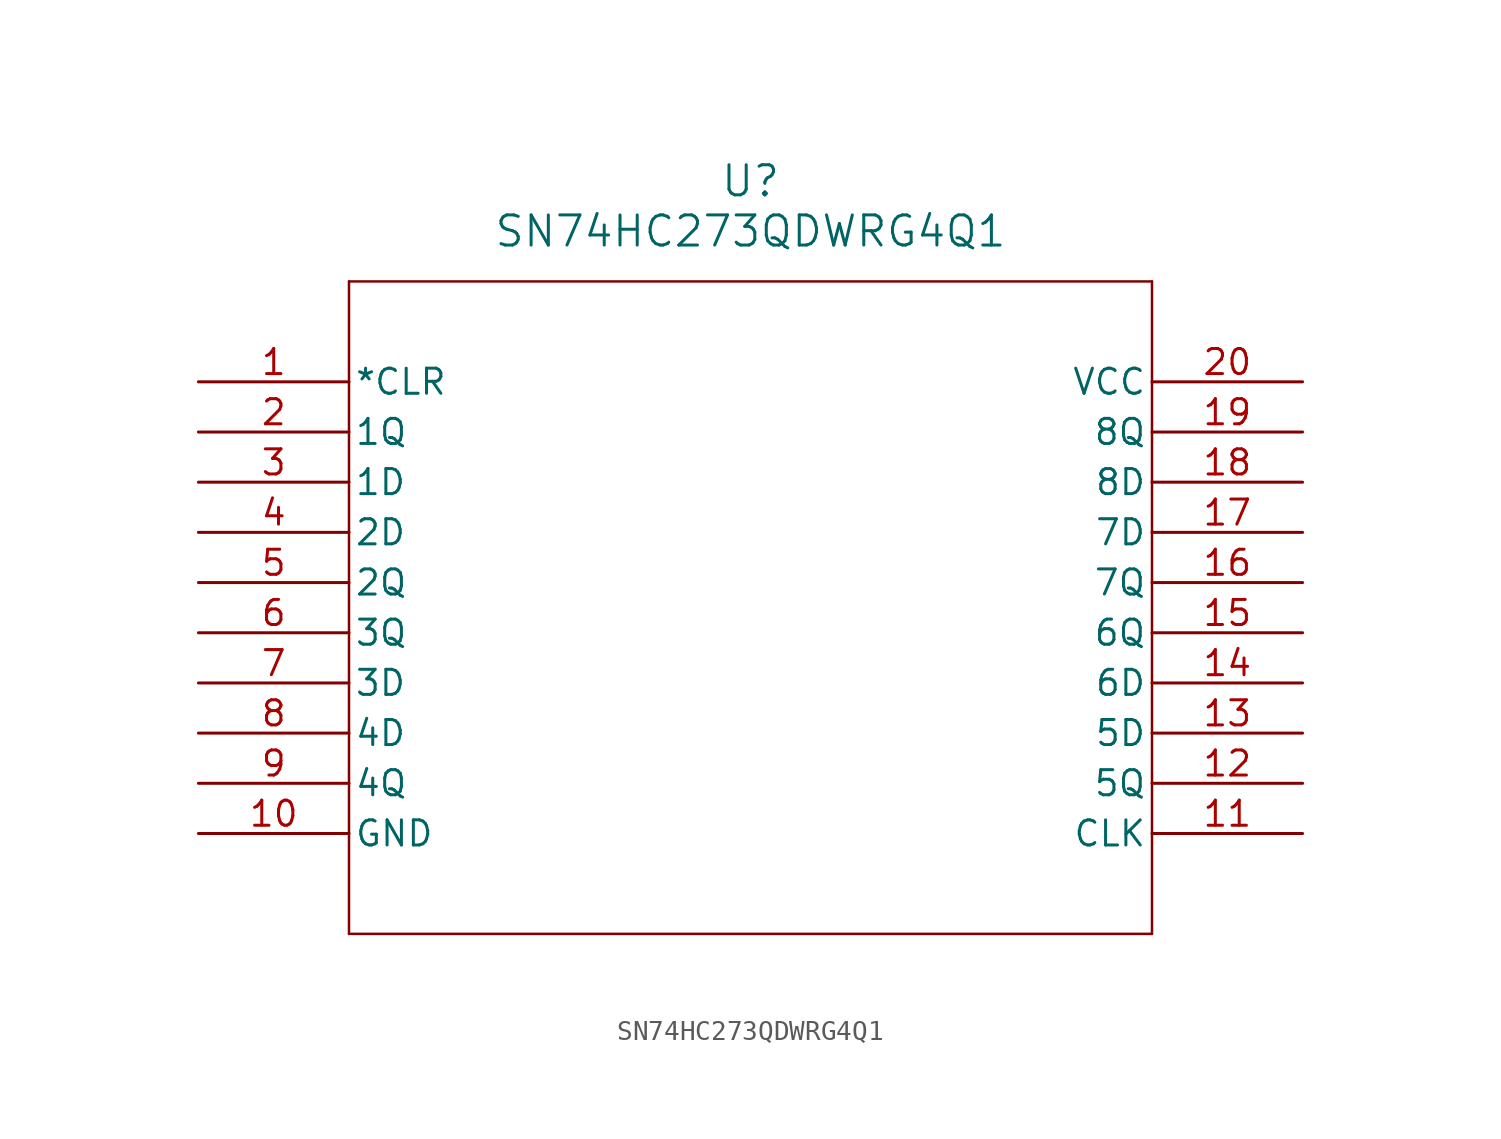
<source format=kicad_sym>
(kicad_symbol_lib
  (version 20211014)
  (generator kicad_symbol_editor)
  (symbol "SN74HC273QDWRG4Q1"
    (pin_names
      (offset 0.254))
    (property "Reference" "U"
      (at 27.94 10.16 0)
      (effects (font (size 1.524 1.524))))
    (property "Value" "SN74HC273QDWRG4Q1"
      (at 27.94 7.62 0)
      (effects (font (size 1.524 1.524))))
    (symbol "SN74HC273QDWRG4Q1_0_1"
      (polyline (pts (xy 7.62 5.08) (xy 7.62 -27.94)) (stroke (width 0.127) (type default) (color 0 0 0 0)) (fill (type none)))
      (polyline (pts (xy 7.62 -27.94) (xy 48.26 -27.94)) (stroke (width 0.127) (type default) (color 0 0 0 0)) (fill (type none)))
      (polyline (pts (xy 48.26 -27.94) (xy 48.26 5.08)) (stroke (width 0.127) (type default) (color 0 0 0 0)) (fill (type none)))
      (polyline (pts (xy 48.26 5.08) (xy 7.62 5.08)) (stroke (width 0.127) (type default) (color 0 0 0 0)) (fill (type none)))
      (pin input line (at 0 0 0) (length 7.62) (name "*CLR" (effects (font (size 1.27 1.27)))) (number "1" (effects (font (size 1.27 1.27)))))
      (pin output line (at 0 -2.54 0) (length 7.62) (name "1Q" (effects (font (size 1.27 1.27)))) (number "2" (effects (font (size 1.27 1.27)))))
      (pin input line (at 0 -5.08 0) (length 7.62) (name "1D" (effects (font (size 1.27 1.27)))) (number "3" (effects (font (size 1.27 1.27)))))
      (pin input line (at 0 -7.62 0) (length 7.62) (name "2D" (effects (font (size 1.27 1.27)))) (number "4" (effects (font (size 1.27 1.27)))))
      (pin output line (at 0 -10.16 0) (length 7.62) (name "2Q" (effects (font (size 1.27 1.27)))) (number "5" (effects (font (size 1.27 1.27)))))
      (pin output line (at 0 -12.7 0) (length 7.62) (name "3Q" (effects (font (size 1.27 1.27)))) (number "6" (effects (font (size 1.27 1.27)))))
      (pin input line (at 0 -15.24 0) (length 7.62) (name "3D" (effects (font (size 1.27 1.27)))) (number "7" (effects (font (size 1.27 1.27)))))
      (pin input line (at 0 -17.78 0) (length 7.62) (name "4D" (effects (font (size 1.27 1.27)))) (number "8" (effects (font (size 1.27 1.27)))))
      (pin output line (at 0 -20.32 0) (length 7.62) (name "4Q" (effects (font (size 1.27 1.27)))) (number "9" (effects (font (size 1.27 1.27)))))
      (pin power_in line (at 0 -22.86 0) (length 7.62) (name "GND" (effects (font (size 1.27 1.27)))) (number "10" (effects (font (size 1.27 1.27)))))
      (pin input line (at 55.88 -22.86 180) (length 7.62) (name "CLK" (effects (font (size 1.27 1.27)))) (number "11" (effects (font (size 1.27 1.27)))))
      (pin output line (at 55.88 -20.32 180) (length 7.62) (name "5Q" (effects (font (size 1.27 1.27)))) (number "12" (effects (font (size 1.27 1.27)))))
      (pin input line (at 55.88 -17.78 180) (length 7.62) (name "5D" (effects (font (size 1.27 1.27)))) (number "13" (effects (font (size 1.27 1.27)))))
      (pin input line (at 55.88 -15.24 180) (length 7.62) (name "6D" (effects (font (size 1.27 1.27)))) (number "14" (effects (font (size 1.27 1.27)))))
      (pin output line (at 55.88 -12.7 180) (length 7.62) (name "6Q" (effects (font (size 1.27 1.27)))) (number "15" (effects (font (size 1.27 1.27)))))
      (pin output line (at 55.88 -10.16 180) (length 7.62) (name "7Q" (effects (font (size 1.27 1.27)))) (number "16" (effects (font (size 1.27 1.27)))))
      (pin input line (at 55.88 -7.62 180) (length 7.62) (name "7D" (effects (font (size 1.27 1.27)))) (number "17" (effects (font (size 1.27 1.27)))))
      (pin input line (at 55.88 -5.08 180) (length 7.62) (name "8D" (effects (font (size 1.27 1.27)))) (number "18" (effects (font (size 1.27 1.27)))))
      (pin output line (at 55.88 -2.54 180) (length 7.62) (name "8Q" (effects (font (size 1.27 1.27)))) (number "19" (effects (font (size 1.27 1.27)))))
      (pin power_in line (at 55.88 0 180) (length 7.62) (name "VCC" (effects (font (size 1.27 1.27)))) (number "20" (effects (font (size 1.27 1.27))))))))
</source>
